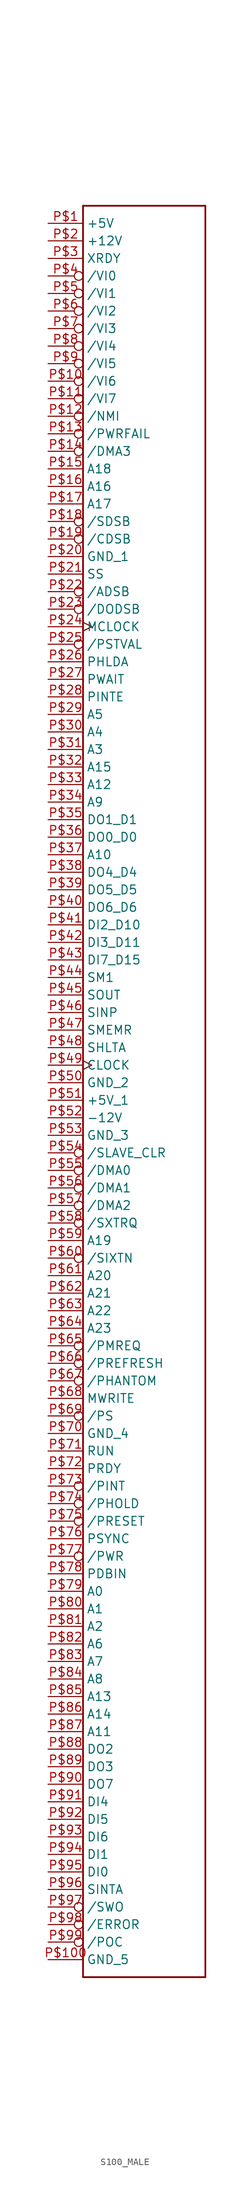
<source format=kicad_sym>
(kicad_symbol_lib
  (version 20211014)
  (generator kicad_symbol_editor)
  (symbol "S100_MALE"
    (property "Reference" ""
      (at 0 0 0)
      (effects (font (size 1.27 1.27)) hide))
    (property "ki_locked" ""
      (at 0 0 0)
      (effects (font (size 1.27 1.27))))
    (symbol "S100_MALE_1_0"
      (polyline (pts (xy -7.62 -109.22) (xy 10.16 -109.22)) (stroke (width 0.254) (type default) (color 0 0 0 0)) (fill (type none)))
      (polyline (pts (xy -7.62 147.32) (xy -7.62 -109.22)) (stroke (width 0.254) (type default) (color 0 0 0 0)) (fill (type none)))
      (polyline (pts (xy 10.16 -109.22) (xy 10.16 147.32)) (stroke (width 0.254) (type default) (color 0 0 0 0)) (fill (type none)))
      (polyline (pts (xy 10.16 147.32) (xy -7.62 147.32)) (stroke (width 0.254) (type default) (color 0 0 0 0)) (fill (type none)))
      (pin power_in line (at -12.7 144.78 0) (length 5.08) (name "+5V" (effects (font (size 1.27 1.27)))) (number "P$1" (effects (font (size 1.27 1.27)))))
      (pin bidirectional inverted (at -12.7 121.92 0) (length 5.08) (name "/VI6" (effects (font (size 1.27 1.27)))) (number "P$10" (effects (font (size 1.27 1.27)))))
      (pin power_in line (at -12.7 -106.68 0) (length 5.08) (name "GND_5" (effects (font (size 1.27 1.27)))) (number "P$100" (effects (font (size 1.27 1.27)))))
      (pin bidirectional inverted (at -12.7 119.38 0) (length 5.08) (name "/VI7" (effects (font (size 1.27 1.27)))) (number "P$11" (effects (font (size 1.27 1.27)))))
      (pin bidirectional inverted (at -12.7 116.84 0) (length 5.08) (name "/NMI" (effects (font (size 1.27 1.27)))) (number "P$12" (effects (font (size 1.27 1.27)))))
      (pin bidirectional inverted (at -12.7 114.3 0) (length 5.08) (name "/PWRFAIL" (effects (font (size 1.27 1.27)))) (number "P$13" (effects (font (size 1.27 1.27)))))
      (pin bidirectional inverted (at -12.7 111.76 0) (length 5.08) (name "/DMA3" (effects (font (size 1.27 1.27)))) (number "P$14" (effects (font (size 1.27 1.27)))))
      (pin bidirectional line (at -12.7 109.22 0) (length 5.08) (name "A18" (effects (font (size 1.27 1.27)))) (number "P$15" (effects (font (size 1.27 1.27)))))
      (pin bidirectional line (at -12.7 106.68 0) (length 5.08) (name "A16" (effects (font (size 1.27 1.27)))) (number "P$16" (effects (font (size 1.27 1.27)))))
      (pin bidirectional line (at -12.7 104.14 0) (length 5.08) (name "A17" (effects (font (size 1.27 1.27)))) (number "P$17" (effects (font (size 1.27 1.27)))))
      (pin bidirectional inverted (at -12.7 101.6 0) (length 5.08) (name "/SDSB" (effects (font (size 1.27 1.27)))) (number "P$18" (effects (font (size 1.27 1.27)))))
      (pin bidirectional inverted (at -12.7 99.06 0) (length 5.08) (name "/CDSB" (effects (font (size 1.27 1.27)))) (number "P$19" (effects (font (size 1.27 1.27)))))
      (pin power_in line (at -12.7 142.24 0) (length 5.08) (name "+12V" (effects (font (size 1.27 1.27)))) (number "P$2" (effects (font (size 1.27 1.27)))))
      (pin power_in line (at -12.7 96.52 0) (length 5.08) (name "GND_1" (effects (font (size 1.27 1.27)))) (number "P$20" (effects (font (size 1.27 1.27)))))
      (pin bidirectional line (at -12.7 93.98 0) (length 5.08) (name "SS" (effects (font (size 1.27 1.27)))) (number "P$21" (effects (font (size 1.27 1.27)))))
      (pin bidirectional inverted (at -12.7 91.44 0) (length 5.08) (name "/ADSB" (effects (font (size 1.27 1.27)))) (number "P$22" (effects (font (size 1.27 1.27)))))
      (pin bidirectional inverted (at -12.7 88.9 0) (length 5.08) (name "/DODSB" (effects (font (size 1.27 1.27)))) (number "P$23" (effects (font (size 1.27 1.27)))))
      (pin bidirectional clock (at -12.7 86.36 0) (length 5.08) (name "MCLOCK" (effects (font (size 1.27 1.27)))) (number "P$24" (effects (font (size 1.27 1.27)))))
      (pin bidirectional inverted (at -12.7 83.82 0) (length 5.08) (name "/PSTVAL" (effects (font (size 1.27 1.27)))) (number "P$25" (effects (font (size 1.27 1.27)))))
      (pin bidirectional line (at -12.7 81.28 0) (length 5.08) (name "PHLDA" (effects (font (size 1.27 1.27)))) (number "P$26" (effects (font (size 1.27 1.27)))))
      (pin bidirectional line (at -12.7 78.74 0) (length 5.08) (name "PWAIT" (effects (font (size 1.27 1.27)))) (number "P$27" (effects (font (size 1.27 1.27)))))
      (pin bidirectional line (at -12.7 76.2 0) (length 5.08) (name "PINTE" (effects (font (size 1.27 1.27)))) (number "P$28" (effects (font (size 1.27 1.27)))))
      (pin bidirectional line (at -12.7 73.66 0) (length 5.08) (name "A5" (effects (font (size 1.27 1.27)))) (number "P$29" (effects (font (size 1.27 1.27)))))
      (pin bidirectional line (at -12.7 139.7 0) (length 5.08) (name "XRDY" (effects (font (size 1.27 1.27)))) (number "P$3" (effects (font (size 1.27 1.27)))))
      (pin bidirectional line (at -12.7 71.12 0) (length 5.08) (name "A4" (effects (font (size 1.27 1.27)))) (number "P$30" (effects (font (size 1.27 1.27)))))
      (pin bidirectional line (at -12.7 68.58 0) (length 5.08) (name "A3" (effects (font (size 1.27 1.27)))) (number "P$31" (effects (font (size 1.27 1.27)))))
      (pin bidirectional line (at -12.7 66.04 0) (length 5.08) (name "A15" (effects (font (size 1.27 1.27)))) (number "P$32" (effects (font (size 1.27 1.27)))))
      (pin bidirectional line (at -12.7 63.5 0) (length 5.08) (name "A12" (effects (font (size 1.27 1.27)))) (number "P$33" (effects (font (size 1.27 1.27)))))
      (pin bidirectional line (at -12.7 60.96 0) (length 5.08) (name "A9" (effects (font (size 1.27 1.27)))) (number "P$34" (effects (font (size 1.27 1.27)))))
      (pin bidirectional line (at -12.7 58.42 0) (length 5.08) (name "DO1_D1" (effects (font (size 1.27 1.27)))) (number "P$35" (effects (font (size 1.27 1.27)))))
      (pin bidirectional line (at -12.7 55.88 0) (length 5.08) (name "DO0_D0" (effects (font (size 1.27 1.27)))) (number "P$36" (effects (font (size 1.27 1.27)))))
      (pin bidirectional line (at -12.7 53.34 0) (length 5.08) (name "A10" (effects (font (size 1.27 1.27)))) (number "P$37" (effects (font (size 1.27 1.27)))))
      (pin bidirectional line (at -12.7 50.8 0) (length 5.08) (name "DO4_D4" (effects (font (size 1.27 1.27)))) (number "P$38" (effects (font (size 1.27 1.27)))))
      (pin bidirectional line (at -12.7 48.26 0) (length 5.08) (name "DO5_D5" (effects (font (size 1.27 1.27)))) (number "P$39" (effects (font (size 1.27 1.27)))))
      (pin bidirectional inverted (at -12.7 137.16 0) (length 5.08) (name "/VI0" (effects (font (size 1.27 1.27)))) (number "P$4" (effects (font (size 1.27 1.27)))))
      (pin bidirectional line (at -12.7 45.72 0) (length 5.08) (name "DO6_D6" (effects (font (size 1.27 1.27)))) (number "P$40" (effects (font (size 1.27 1.27)))))
      (pin bidirectional line (at -12.7 43.18 0) (length 5.08) (name "DI2_D10" (effects (font (size 1.27 1.27)))) (number "P$41" (effects (font (size 1.27 1.27)))))
      (pin bidirectional line (at -12.7 40.64 0) (length 5.08) (name "DI3_D11" (effects (font (size 1.27 1.27)))) (number "P$42" (effects (font (size 1.27 1.27)))))
      (pin bidirectional line (at -12.7 38.1 0) (length 5.08) (name "DI7_D15" (effects (font (size 1.27 1.27)))) (number "P$43" (effects (font (size 1.27 1.27)))))
      (pin bidirectional line (at -12.7 35.56 0) (length 5.08) (name "SM1" (effects (font (size 1.27 1.27)))) (number "P$44" (effects (font (size 1.27 1.27)))))
      (pin bidirectional line (at -12.7 33.02 0) (length 5.08) (name "SOUT" (effects (font (size 1.27 1.27)))) (number "P$45" (effects (font (size 1.27 1.27)))))
      (pin bidirectional line (at -12.7 30.48 0) (length 5.08) (name "SINP" (effects (font (size 1.27 1.27)))) (number "P$46" (effects (font (size 1.27 1.27)))))
      (pin bidirectional line (at -12.7 27.94 0) (length 5.08) (name "SMEMR" (effects (font (size 1.27 1.27)))) (number "P$47" (effects (font (size 1.27 1.27)))))
      (pin bidirectional line (at -12.7 25.4 0) (length 5.08) (name "SHLTA" (effects (font (size 1.27 1.27)))) (number "P$48" (effects (font (size 1.27 1.27)))))
      (pin bidirectional clock (at -12.7 22.86 0) (length 5.08) (name "CLOCK" (effects (font (size 1.27 1.27)))) (number "P$49" (effects (font (size 1.27 1.27)))))
      (pin bidirectional inverted (at -12.7 134.62 0) (length 5.08) (name "/VI1" (effects (font (size 1.27 1.27)))) (number "P$5" (effects (font (size 1.27 1.27)))))
      (pin power_in line (at -12.7 20.32 0) (length 5.08) (name "GND_2" (effects (font (size 1.27 1.27)))) (number "P$50" (effects (font (size 1.27 1.27)))))
      (pin power_in line (at -12.7 17.78 0) (length 5.08) (name "+5V_1" (effects (font (size 1.27 1.27)))) (number "P$51" (effects (font (size 1.27 1.27)))))
      (pin power_in line (at -12.7 15.24 0) (length 5.08) (name "-12V" (effects (font (size 1.27 1.27)))) (number "P$52" (effects (font (size 1.27 1.27)))))
      (pin power_in line (at -12.7 12.7 0) (length 5.08) (name "GND_3" (effects (font (size 1.27 1.27)))) (number "P$53" (effects (font (size 1.27 1.27)))))
      (pin bidirectional inverted (at -12.7 10.16 0) (length 5.08) (name "/SLAVE_CLR" (effects (font (size 1.27 1.27)))) (number "P$54" (effects (font (size 1.27 1.27)))))
      (pin bidirectional inverted (at -12.7 7.62 0) (length 5.08) (name "/DMA0" (effects (font (size 1.27 1.27)))) (number "P$55" (effects (font (size 1.27 1.27)))))
      (pin bidirectional inverted (at -12.7 5.08 0) (length 5.08) (name "/DMA1" (effects (font (size 1.27 1.27)))) (number "P$56" (effects (font (size 1.27 1.27)))))
      (pin bidirectional inverted (at -12.7 2.54 0) (length 5.08) (name "/DMA2" (effects (font (size 1.27 1.27)))) (number "P$57" (effects (font (size 1.27 1.27)))))
      (pin bidirectional inverted (at -12.7 0 0) (length 5.08) (name "/SXTRQ" (effects (font (size 1.27 1.27)))) (number "P$58" (effects (font (size 1.27 1.27)))))
      (pin bidirectional line (at -12.7 -2.54 0) (length 5.08) (name "A19" (effects (font (size 1.27 1.27)))) (number "P$59" (effects (font (size 1.27 1.27)))))
      (pin bidirectional inverted (at -12.7 132.08 0) (length 5.08) (name "/VI2" (effects (font (size 1.27 1.27)))) (number "P$6" (effects (font (size 1.27 1.27)))))
      (pin bidirectional inverted (at -12.7 -5.08 0) (length 5.08) (name "/SIXTN" (effects (font (size 1.27 1.27)))) (number "P$60" (effects (font (size 1.27 1.27)))))
      (pin bidirectional line (at -12.7 -7.62 0) (length 5.08) (name "A20" (effects (font (size 1.27 1.27)))) (number "P$61" (effects (font (size 1.27 1.27)))))
      (pin bidirectional line (at -12.7 -10.16 0) (length 5.08) (name "A21" (effects (font (size 1.27 1.27)))) (number "P$62" (effects (font (size 1.27 1.27)))))
      (pin bidirectional line (at -12.7 -12.7 0) (length 5.08) (name "A22" (effects (font (size 1.27 1.27)))) (number "P$63" (effects (font (size 1.27 1.27)))))
      (pin bidirectional line (at -12.7 -15.24 0) (length 5.08) (name "A23" (effects (font (size 1.27 1.27)))) (number "P$64" (effects (font (size 1.27 1.27)))))
      (pin bidirectional inverted (at -12.7 -17.78 0) (length 5.08) (name "/PMREQ" (effects (font (size 1.27 1.27)))) (number "P$65" (effects (font (size 1.27 1.27)))))
      (pin bidirectional inverted (at -12.7 -20.32 0) (length 5.08) (name "/PREFRESH" (effects (font (size 1.27 1.27)))) (number "P$66" (effects (font (size 1.27 1.27)))))
      (pin bidirectional inverted (at -12.7 -22.86 0) (length 5.08) (name "/PHANTOM" (effects (font (size 1.27 1.27)))) (number "P$67" (effects (font (size 1.27 1.27)))))
      (pin bidirectional line (at -12.7 -25.4 0) (length 5.08) (name "MWRITE" (effects (font (size 1.27 1.27)))) (number "P$68" (effects (font (size 1.27 1.27)))))
      (pin bidirectional inverted (at -12.7 -27.94 0) (length 5.08) (name "/PS" (effects (font (size 1.27 1.27)))) (number "P$69" (effects (font (size 1.27 1.27)))))
      (pin bidirectional inverted (at -12.7 129.54 0) (length 5.08) (name "/VI3" (effects (font (size 1.27 1.27)))) (number "P$7" (effects (font (size 1.27 1.27)))))
      (pin power_in line (at -12.7 -30.48 0) (length 5.08) (name "GND_4" (effects (font (size 1.27 1.27)))) (number "P$70" (effects (font (size 1.27 1.27)))))
      (pin bidirectional line (at -12.7 -33.02 0) (length 5.08) (name "RUN" (effects (font (size 1.27 1.27)))) (number "P$71" (effects (font (size 1.27 1.27)))))
      (pin bidirectional line (at -12.7 -35.56 0) (length 5.08) (name "PRDY" (effects (font (size 1.27 1.27)))) (number "P$72" (effects (font (size 1.27 1.27)))))
      (pin bidirectional inverted (at -12.7 -38.1 0) (length 5.08) (name "/PINT" (effects (font (size 1.27 1.27)))) (number "P$73" (effects (font (size 1.27 1.27)))))
      (pin bidirectional inverted (at -12.7 -40.64 0) (length 5.08) (name "/PHOLD" (effects (font (size 1.27 1.27)))) (number "P$74" (effects (font (size 1.27 1.27)))))
      (pin bidirectional inverted (at -12.7 -43.18 0) (length 5.08) (name "/PRESET" (effects (font (size 1.27 1.27)))) (number "P$75" (effects (font (size 1.27 1.27)))))
      (pin bidirectional line (at -12.7 -45.72 0) (length 5.08) (name "PSYNC" (effects (font (size 1.27 1.27)))) (number "P$76" (effects (font (size 1.27 1.27)))))
      (pin bidirectional inverted (at -12.7 -48.26 0) (length 5.08) (name "/PWR" (effects (font (size 1.27 1.27)))) (number "P$77" (effects (font (size 1.27 1.27)))))
      (pin bidirectional line (at -12.7 -50.8 0) (length 5.08) (name "PDBIN" (effects (font (size 1.27 1.27)))) (number "P$78" (effects (font (size 1.27 1.27)))))
      (pin bidirectional line (at -12.7 -53.34 0) (length 5.08) (name "A0" (effects (font (size 1.27 1.27)))) (number "P$79" (effects (font (size 1.27 1.27)))))
      (pin bidirectional inverted (at -12.7 127 0) (length 5.08) (name "/VI4" (effects (font (size 1.27 1.27)))) (number "P$8" (effects (font (size 1.27 1.27)))))
      (pin bidirectional line (at -12.7 -55.88 0) (length 5.08) (name "A1" (effects (font (size 1.27 1.27)))) (number "P$80" (effects (font (size 1.27 1.27)))))
      (pin bidirectional line (at -12.7 -58.42 0) (length 5.08) (name "A2" (effects (font (size 1.27 1.27)))) (number "P$81" (effects (font (size 1.27 1.27)))))
      (pin bidirectional line (at -12.7 -60.96 0) (length 5.08) (name "A6" (effects (font (size 1.27 1.27)))) (number "P$82" (effects (font (size 1.27 1.27)))))
      (pin bidirectional line (at -12.7 -63.5 0) (length 5.08) (name "A7" (effects (font (size 1.27 1.27)))) (number "P$83" (effects (font (size 1.27 1.27)))))
      (pin bidirectional line (at -12.7 -66.04 0) (length 5.08) (name "A8" (effects (font (size 1.27 1.27)))) (number "P$84" (effects (font (size 1.27 1.27)))))
      (pin bidirectional line (at -12.7 -68.58 0) (length 5.08) (name "A13" (effects (font (size 1.27 1.27)))) (number "P$85" (effects (font (size 1.27 1.27)))))
      (pin bidirectional line (at -12.7 -71.12 0) (length 5.08) (name "A14" (effects (font (size 1.27 1.27)))) (number "P$86" (effects (font (size 1.27 1.27)))))
      (pin bidirectional line (at -12.7 -73.66 0) (length 5.08) (name "A11" (effects (font (size 1.27 1.27)))) (number "P$87" (effects (font (size 1.27 1.27)))))
      (pin bidirectional line (at -12.7 -76.2 0) (length 5.08) (name "DO2" (effects (font (size 1.27 1.27)))) (number "P$88" (effects (font (size 1.27 1.27)))))
      (pin bidirectional line (at -12.7 -78.74 0) (length 5.08) (name "DO3" (effects (font (size 1.27 1.27)))) (number "P$89" (effects (font (size 1.27 1.27)))))
      (pin bidirectional inverted (at -12.7 124.46 0) (length 5.08) (name "/VI5" (effects (font (size 1.27 1.27)))) (number "P$9" (effects (font (size 1.27 1.27)))))
      (pin bidirectional line (at -12.7 -81.28 0) (length 5.08) (name "DO7" (effects (font (size 1.27 1.27)))) (number "P$90" (effects (font (size 1.27 1.27)))))
      (pin bidirectional line (at -12.7 -83.82 0) (length 5.08) (name "DI4" (effects (font (size 1.27 1.27)))) (number "P$91" (effects (font (size 1.27 1.27)))))
      (pin bidirectional line (at -12.7 -86.36 0) (length 5.08) (name "DI5" (effects (font (size 1.27 1.27)))) (number "P$92" (effects (font (size 1.27 1.27)))))
      (pin bidirectional line (at -12.7 -88.9 0) (length 5.08) (name "DI6" (effects (font (size 1.27 1.27)))) (number "P$93" (effects (font (size 1.27 1.27)))))
      (pin bidirectional line (at -12.7 -91.44 0) (length 5.08) (name "DI1" (effects (font (size 1.27 1.27)))) (number "P$94" (effects (font (size 1.27 1.27)))))
      (pin bidirectional line (at -12.7 -93.98 0) (length 5.08) (name "DI0" (effects (font (size 1.27 1.27)))) (number "P$95" (effects (font (size 1.27 1.27)))))
      (pin bidirectional line (at -12.7 -96.52 0) (length 5.08) (name "SINTA" (effects (font (size 1.27 1.27)))) (number "P$96" (effects (font (size 1.27 1.27)))))
      (pin bidirectional inverted (at -12.7 -99.06 0) (length 5.08) (name "/SWO" (effects (font (size 1.27 1.27)))) (number "P$97" (effects (font (size 1.27 1.27)))))
      (pin bidirectional inverted (at -12.7 -101.6 0) (length 5.08) (name "/ERROR" (effects (font (size 1.27 1.27)))) (number "P$98" (effects (font (size 1.27 1.27)))))
      (pin bidirectional inverted (at -12.7 -104.14 0) (length 5.08) (name "/POC" (effects (font (size 1.27 1.27)))) (number "P$99" (effects (font (size 1.27 1.27))))))))
</source>
